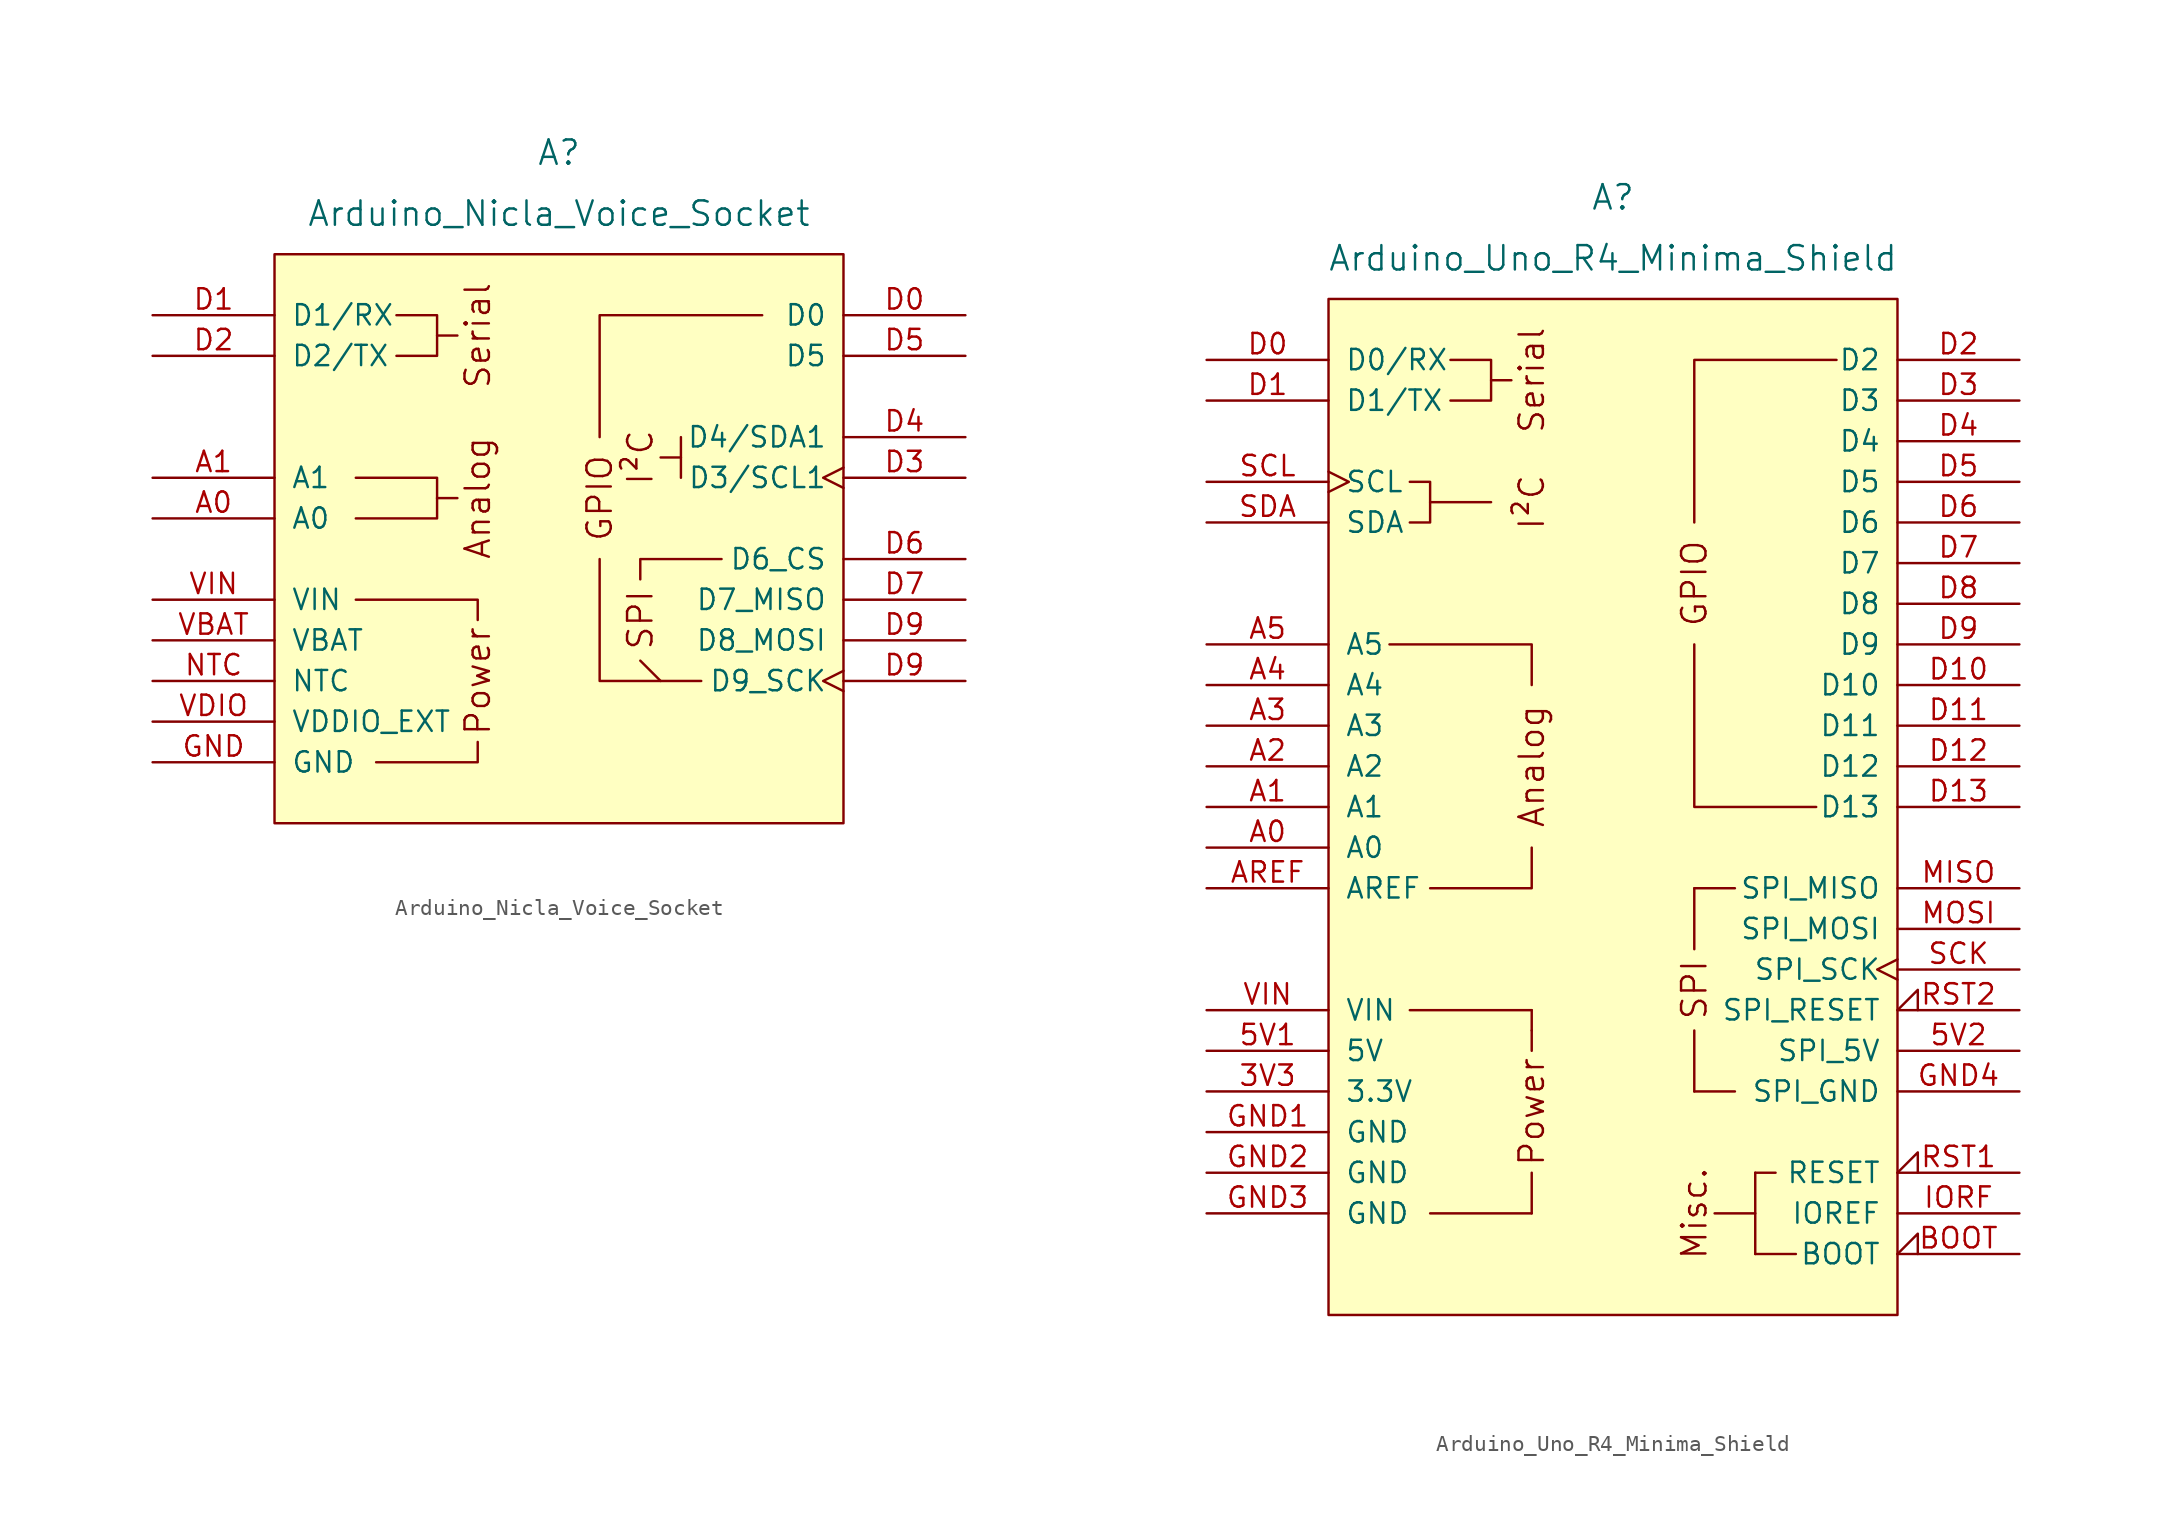
<source format=kicad_sym>
(kicad_symbol_lib
  (version 20241209)
  (generator "kicad_symbol_editor")
  (generator_version "9.0")
  (symbol "Arduino_Nicla_Voice_Socket"
    (pin_names
      (offset 1.016))
    (property "Reference" "A"
      (at 0 33.02 0)
      (effects (font (size 1.524 1.524))))
    (property "Value" "Arduino_Nicla_Voice_Socket"
      (at 0 29.21 0)
      (effects (font (size 1.524 1.524))))
    (symbol "Arduino_Nicla_Voice_Socket_0_0"
      (rectangle (start -17.78 26.67) (end 17.78 -8.89) (stroke (width 0) (type default)) (fill (type background)))
      (polyline (pts (xy -11.43 -5.08) (xy -5.08 -5.08) (xy -5.08 -3.81)) (stroke (width 0) (type default)) (fill (type none)))
      (polyline (pts (xy -10.16 22.86) (xy -7.62 22.86) (xy -7.62 20.32) (xy -10.16 20.32)) (stroke (width 0) (type default)) (fill (type none)))
      (polyline (pts (xy -7.62 21.59) (xy -6.35 21.59)) (stroke (width 0) (type default)) (fill (type none)))
      (polyline (pts (xy -7.62 11.43) (xy -6.35 11.43)) (stroke (width 0) (type default)) (fill (type none)))
      (polyline (pts (xy -5.08 3.81) (xy -5.08 5.08) (xy -12.7 5.08)) (stroke (width 0) (type default)) (fill (type none)))
      (polyline (pts (xy 5.08 6.35) (xy 5.08 6.35) (xy 5.08 7.62) (xy 10.16 7.62)) (stroke (width 0) (type default)) (fill (type none)))
      (polyline (pts (xy 6.35 0) (xy 6.35 0) (xy 6.35 0) (xy 5.08 1.27)) (stroke (width 0) (type default)) (fill (type none)))
      (polyline (pts (xy 7.62 13.97) (xy 6.35 13.97)) (stroke (width 0) (type default)) (fill (type none)))
      (polyline (pts (xy 7.62 12.7) (xy 7.62 12.7) (xy 7.62 15.24) (xy 7.62 15.24)) (stroke (width 0) (type default)) (fill (type none)))
      (text "Serial" (at -5.08 21.59 900) (effects (font (size 1.524 1.524))))
      (text "Analog" (at -5.08 11.43 900) (effects (font (size 1.524 1.524))))
      (text "Power" (at -5.08 0 900) (effects (font (size 1.524 1.524))))
      (text "I²C" (at 5.08 13.97 900) (effects (font (size 1.524 1.524)))))
    (symbol "Arduino_Nicla_Voice_Socket_0_1"
      (polyline (pts (xy -12.7 12.7) (xy -7.62 12.7) (xy -7.62 11.43)) (stroke (width 0) (type default)) (fill (type none)))
      (polyline (pts (xy -12.7 10.16) (xy -7.62 10.16) (xy -7.62 11.43)) (stroke (width 0) (type default)) (fill (type none)))
      (polyline (pts (xy 8.89 0) (xy 2.54 0) (xy 2.54 7.62)) (stroke (width 0) (type default)) (fill (type none)))
      (polyline (pts (xy 12.7 22.86) (xy 2.54 22.86) (xy 2.54 15.24)) (stroke (width 0) (type default)) (fill (type none))))
    (symbol "Arduino_Nicla_Voice_Socket_1_0"
      (text "GPIO" (at 2.54 11.43 900) (effects (font (size 1.524 1.524))))
      (text "SPI" (at 5.08 3.81 900) (effects (font (size 1.524 1.524)))))
    (symbol "Arduino_Nicla_Voice_Socket_1_1"
      (pin bidirectional line (at -25.4 22.86 0) (length 7.62) (name "D1/RX" (effects (font (size 1.27 1.27)))) (number "D1" (effects (font (size 1.27 1.27)))))
      (pin bidirectional line (at -25.4 20.32 0) (length 7.62) (name "D2/TX" (effects (font (size 1.27 1.27)))) (number "D2" (effects (font (size 1.27 1.27)))))
      (pin bidirectional line (at -25.4 12.7 0) (length 7.62) (name "A1" (effects (font (size 1.27 1.27)))) (number "A1" (effects (font (size 1.27 1.27)))))
      (pin bidirectional line (at -25.4 10.16 0) (length 7.62) (name "A0" (effects (font (size 1.27 1.27)))) (number "A0" (effects (font (size 1.27 1.27)))))
      (pin power_in line (at -25.4 5.08 0) (length 7.62) (name "VIN" (effects (font (size 1.27 1.27)))) (number "VIN" (effects (font (size 1.27 1.27)))))
      (pin power_in line (at -25.4 2.54 0) (length 7.62) (name "VBAT" (effects (font (size 1.27 1.27)))) (number "VBAT" (effects (font (size 1.27 1.27)))))
      (pin input line (at -25.4 0 0) (length 7.62) (name "NTC" (effects (font (size 1.27 1.27)))) (number "NTC" (effects (font (size 1.27 1.27)))))
      (pin power_out line (at -25.4 -2.54 0) (length 7.62) (name "VDDIO_EXT" (effects (font (size 1.27 1.27)))) (number "VDIO" (effects (font (size 1.27 1.27)))))
      (pin power_in line (at -25.4 -5.08 0) (length 7.62) (name "GND" (effects (font (size 1.27 1.27)))) (number "GND" (effects (font (size 1.27 1.27)))))
      (pin bidirectional line (at 25.4 22.86 180) (length 7.62) (name "D0" (effects (font (size 1.27 1.27)))) (number "D0" (effects (font (size 1.27 1.27)))))
      (pin bidirectional line (at 25.4 20.32 180) (length 7.62) (name "D5" (effects (font (size 1.27 1.27)))) (number "D5" (effects (font (size 1.27 1.27)))))
      (pin bidirectional line (at 25.4 15.24 180) (length 7.62) (name "D4/SDA1" (effects (font (size 1.27 1.27)))) (number "D4" (effects (font (size 1.27 1.27)))))
      (pin bidirectional clock (at 25.4 12.7 180) (length 7.62) (name "D3/SCL1" (effects (font (size 1.27 1.27)))) (number "D3" (effects (font (size 1.27 1.27)))))
      (pin bidirectional line (at 25.4 7.62 180) (length 7.62) (name "D6_CS" (effects (font (size 1.27 1.27)))) (number "D6" (effects (font (size 1.27 1.27)))))
      (pin bidirectional line (at 25.4 5.08 180) (length 7.62) (name "D7_MISO" (effects (font (size 1.27 1.27)))) (number "D7" (effects (font (size 1.27 1.27)))))
      (pin bidirectional line (at 25.4 2.54 180) (length 7.62) (name "D8_MOSI" (effects (font (size 1.27 1.27)))) (number "D9" (effects (font (size 1.27 1.27)))))
      (pin bidirectional clock (at 25.4 0 180) (length 7.62) (name "D9_SCK" (effects (font (size 1.27 1.27)))) (number "D9" (effects (font (size 1.27 1.27)))))))
  (symbol "Arduino_Uno_R4_Minima_Shield"
    (pin_names
      (offset 1.016))
    (property "Reference" "A"
      (at 0 38.1 0)
      (effects (font (size 1.524 1.524))))
    (property "Value" "Arduino_Uno_R4_Minima_Shield"
      (at 0 34.29 0)
      (effects (font (size 1.524 1.524))))
    (symbol "Arduino_Uno_R4_Minima_Shield_0_0"
      (rectangle (start -17.78 31.75) (end 17.78 -31.75) (stroke (width 0) (type default)) (fill (type background)))
      (polyline (pts (xy -12.7 20.32) (xy -11.43 20.32) (xy -11.43 17.78) (xy -12.7 17.78)) (stroke (width 0) (type default)) (fill (type none)))
      (rectangle (start -12.7 -12.7) (end -5.08 -12.7) (stroke (width 0) (type default)) (fill (type none)))
      (polyline (pts (xy -11.43 19.05) (xy -7.62 19.05)) (stroke (width 0) (type default)) (fill (type none)))
      (rectangle (start -11.43 -25.4) (end -5.08 -25.4) (stroke (width 0) (type default)) (fill (type none)))
      (polyline (pts (xy -10.16 27.94) (xy -7.62 27.94) (xy -7.62 25.4) (xy -10.16 25.4)) (stroke (width 0) (type default)) (fill (type none)))
      (polyline (pts (xy -7.62 26.67) (xy -6.35 26.67)) (stroke (width 0) (type default)) (fill (type none)))
      (polyline (pts (xy -5.08 7.62) (xy -5.08 10.16) (xy -13.97 10.16)) (stroke (width 0) (type default)) (fill (type none)))
      (polyline (pts (xy -5.08 -2.54) (xy -5.08 -5.08) (xy -11.43 -5.08)) (stroke (width 0) (type default)) (fill (type none)))
      (polyline (pts (xy -5.08 -12.7) (xy -5.08 -13.97)) (stroke (width 0) (type default)) (fill (type none)))
      (polyline (pts (xy -5.08 -13.97) (xy -5.08 -15.24)) (stroke (width 0) (type default)) (fill (type none)))
      (polyline (pts (xy -5.08 -25.4) (xy -5.08 -22.86)) (stroke (width 0) (type default)) (fill (type none)))
      (polyline (pts (xy 5.08 17.78) (xy 5.08 27.94) (xy 13.97 27.94)) (stroke (width 0) (type default)) (fill (type none)))
      (polyline (pts (xy 5.08 10.16) (xy 5.08 0) (xy 12.7 0)) (stroke (width 0) (type default)) (fill (type none)))
      (rectangle (start 5.08 -8.89) (end 5.08 -5.08) (stroke (width 0) (type default)) (fill (type none)))
      (rectangle (start 5.08 -17.78) (end 5.08 -13.97) (stroke (width 0) (type default)) (fill (type none)))
      (rectangle (start 5.08 -17.78) (end 7.62 -17.78) (stroke (width 0) (type default)) (fill (type none)))
      (rectangle (start 7.62 -5.08) (end 5.08 -5.08) (stroke (width 0) (type default)) (fill (type none)))
      (rectangle (start 8.89 -22.86) (end 8.89 -27.94) (stroke (width 0) (type default)) (fill (type none)))
      (rectangle (start 8.89 -25.4) (end 6.35 -25.4) (stroke (width 0) (type default)) (fill (type none)))
      (rectangle (start 8.89 -27.94) (end 11.43 -27.94) (stroke (width 0) (type default)) (fill (type none)))
      (rectangle (start 10.16 -22.86) (end 8.89 -22.86) (stroke (width 0) (type default)) (fill (type none)))
      (text "Serial" (at -5.08 26.67 900) (effects (font (size 1.524 1.524))))
      (text "I²C" (at -5.08 19.05 900) (effects (font (size 1.524 1.524))))
      (text "Analog" (at -5.08 2.54 900) (effects (font (size 1.524 1.524))))
      (text "Power" (at -5.08 -19.05 900) (effects (font (size 1.524 1.524))))
      (text "SPI" (at 5.08 -11.43 900) (effects (font (size 1.524 1.524))))
      (text "Misc." (at 5.08 -25.4 900) (effects (font (size 1.524 1.524)))))
    (symbol "Arduino_Uno_R4_Minima_Shield_1_0"
      (text "GPIO" (at 5.08 13.97 900) (effects (font (size 1.524 1.524)))))
    (symbol "Arduino_Uno_R4_Minima_Shield_1_1"
      (pin bidirectional line (at -25.4 27.94 0) (length 7.62) (name "D0/RX" (effects (font (size 1.27 1.27)))) (number "D0" (effects (font (size 1.27 1.27)))))
      (pin bidirectional line (at -25.4 25.4 0) (length 7.62) (name "D1/TX" (effects (font (size 1.27 1.27)))) (number "D1" (effects (font (size 1.27 1.27)))))
      (pin bidirectional clock (at -25.4 20.32 0) (length 7.62) (name "SCL" (effects (font (size 1.27 1.27)))) (number "SCL" (effects (font (size 1.27 1.27)))))
      (pin bidirectional line (at -25.4 17.78 0) (length 7.62) (name "SDA" (effects (font (size 1.27 1.27)))) (number "SDA" (effects (font (size 1.27 1.27)))))
      (pin bidirectional line (at -25.4 10.16 0) (length 7.62) (name "A5" (effects (font (size 1.27 1.27)))) (number "A5" (effects (font (size 1.27 1.27)))))
      (pin bidirectional line (at -25.4 7.62 0) (length 7.62) (name "A4" (effects (font (size 1.27 1.27)))) (number "A4" (effects (font (size 1.27 1.27)))))
      (pin bidirectional line (at -25.4 5.08 0) (length 7.62) (name "A3" (effects (font (size 1.27 1.27)))) (number "A3" (effects (font (size 1.27 1.27)))))
      (pin bidirectional line (at -25.4 2.54 0) (length 7.62) (name "A2" (effects (font (size 1.27 1.27)))) (number "A2" (effects (font (size 1.27 1.27)))))
      (pin bidirectional line (at -25.4 0 0) (length 7.62) (name "A1" (effects (font (size 1.27 1.27)))) (number "A1" (effects (font (size 1.27 1.27)))))
      (pin bidirectional line (at -25.4 -2.54 0) (length 7.62) (name "A0" (effects (font (size 1.27 1.27)))) (number "A0" (effects (font (size 1.27 1.27)))))
      (pin input line (at -25.4 -5.08 0) (length 7.62) (name "AREF" (effects (font (size 1.27 1.27)))) (number "AREF" (effects (font (size 1.27 1.27)))))
      (pin power_in line (at -25.4 -12.7 0) (length 7.62) (name "VIN" (effects (font (size 1.27 1.27)))) (number "VIN" (effects (font (size 1.27 1.27)))))
      (pin power_in line (at -25.4 -15.24 0) (length 7.62) (name "5V" (effects (font (size 1.27 1.27)))) (number "5V1" (effects (font (size 1.27 1.27)))))
      (pin power_out line (at -25.4 -17.78 0) (length 7.62) (name "3.3V" (effects (font (size 1.27 1.27)))) (number "3V3" (effects (font (size 1.27 1.27)))))
      (pin power_in line (at -25.4 -20.32 0) (length 7.62) (name "GND" (effects (font (size 1.27 1.27)))) (number "GND1" (effects (font (size 1.27 1.27)))))
      (pin power_in line (at -25.4 -22.86 0) (length 7.62) (name "GND" (effects (font (size 1.27 1.27)))) (number "GND2" (effects (font (size 1.27 1.27)))))
      (pin power_in line (at -25.4 -25.4 0) (length 7.62) (name "GND" (effects (font (size 1.27 1.27)))) (number "GND3" (effects (font (size 1.27 1.27)))))
      (pin bidirectional line (at 25.4 27.94 180) (length 7.62) (name "D2" (effects (font (size 1.27 1.27)))) (number "D2" (effects (font (size 1.27 1.27)))))
      (pin bidirectional line (at 25.4 25.4 180) (length 7.62) (name "D3" (effects (font (size 1.27 1.27)))) (number "D3" (effects (font (size 1.27 1.27)))))
      (pin bidirectional line (at 25.4 22.86 180) (length 7.62) (name "D4" (effects (font (size 1.27 1.27)))) (number "D4" (effects (font (size 1.27 1.27)))))
      (pin bidirectional line (at 25.4 20.32 180) (length 7.62) (name "D5" (effects (font (size 1.27 1.27)))) (number "D5" (effects (font (size 1.27 1.27)))))
      (pin bidirectional line (at 25.4 17.78 180) (length 7.62) (name "D6" (effects (font (size 1.27 1.27)))) (number "D6" (effects (font (size 1.27 1.27)))))
      (pin bidirectional line (at 25.4 15.24 180) (length 7.62) (name "D7" (effects (font (size 1.27 1.27)))) (number "D7" (effects (font (size 1.27 1.27)))))
      (pin bidirectional line (at 25.4 12.7 180) (length 7.62) (name "D8" (effects (font (size 1.27 1.27)))) (number "D8" (effects (font (size 1.27 1.27)))))
      (pin bidirectional line (at 25.4 10.16 180) (length 7.62) (name "D9" (effects (font (size 1.27 1.27)))) (number "D9" (effects (font (size 1.27 1.27)))))
      (pin bidirectional line (at 25.4 7.62 180) (length 7.62) (name "D10" (effects (font (size 1.27 1.27)))) (number "D10" (effects (font (size 1.27 1.27)))))
      (pin bidirectional line (at 25.4 5.08 180) (length 7.62) (name "D11" (effects (font (size 1.27 1.27)))) (number "D11" (effects (font (size 1.27 1.27)))))
      (pin bidirectional line (at 25.4 2.54 180) (length 7.62) (name "D12" (effects (font (size 1.27 1.27)))) (number "D12" (effects (font (size 1.27 1.27)))))
      (pin bidirectional line (at 25.4 0 180) (length 7.62) (name "D13" (effects (font (size 1.27 1.27)))) (number "D13" (effects (font (size 1.27 1.27)))))
      (pin input line (at 25.4 -5.08 180) (length 7.62) (name "SPI_MISO" (effects (font (size 1.27 1.27)))) (number "MISO" (effects (font (size 1.27 1.27)))))
      (pin output line (at 25.4 -7.62 180) (length 7.62) (name "SPI_MOSI" (effects (font (size 1.27 1.27)))) (number "MOSI" (effects (font (size 1.27 1.27)))))
      (pin output clock (at 25.4 -10.16 180) (length 7.62) (name "SPI_SCK" (effects (font (size 1.27 1.27)))) (number "SCK" (effects (font (size 1.27 1.27)))))
      (pin open_collector input_low (at 25.4 -12.7 180) (length 7.62) (name "SPI_RESET" (effects (font (size 1.27 1.27)))) (number "RST2" (effects (font (size 1.27 1.27)))))
      (pin power_in line (at 25.4 -15.24 180) (length 7.62) (name "SPI_5V" (effects (font (size 1.27 1.27)))) (number "5V2" (effects (font (size 1.27 1.27)))))
      (pin power_in line (at 25.4 -17.78 180) (length 7.62) (name "SPI_GND" (effects (font (size 1.27 1.27)))) (number "GND4" (effects (font (size 1.27 1.27)))))
      (pin open_collector input_low (at 25.4 -22.86 180) (length 7.62) (name "RESET" (effects (font (size 1.27 1.27)))) (number "RST1" (effects (font (size 1.27 1.27)))))
      (pin output line (at 25.4 -25.4 180) (length 7.62) (name "IOREF" (effects (font (size 1.27 1.27)))) (number "IORF" (effects (font (size 1.27 1.27)))))
      (pin input input_low (at 25.4 -27.94 180) (length 7.62) (name "BOOT" (effects (font (size 1.27 1.27)))) (number "BOOT" (effects (font (size 1.27 1.27))))))))
</source>
